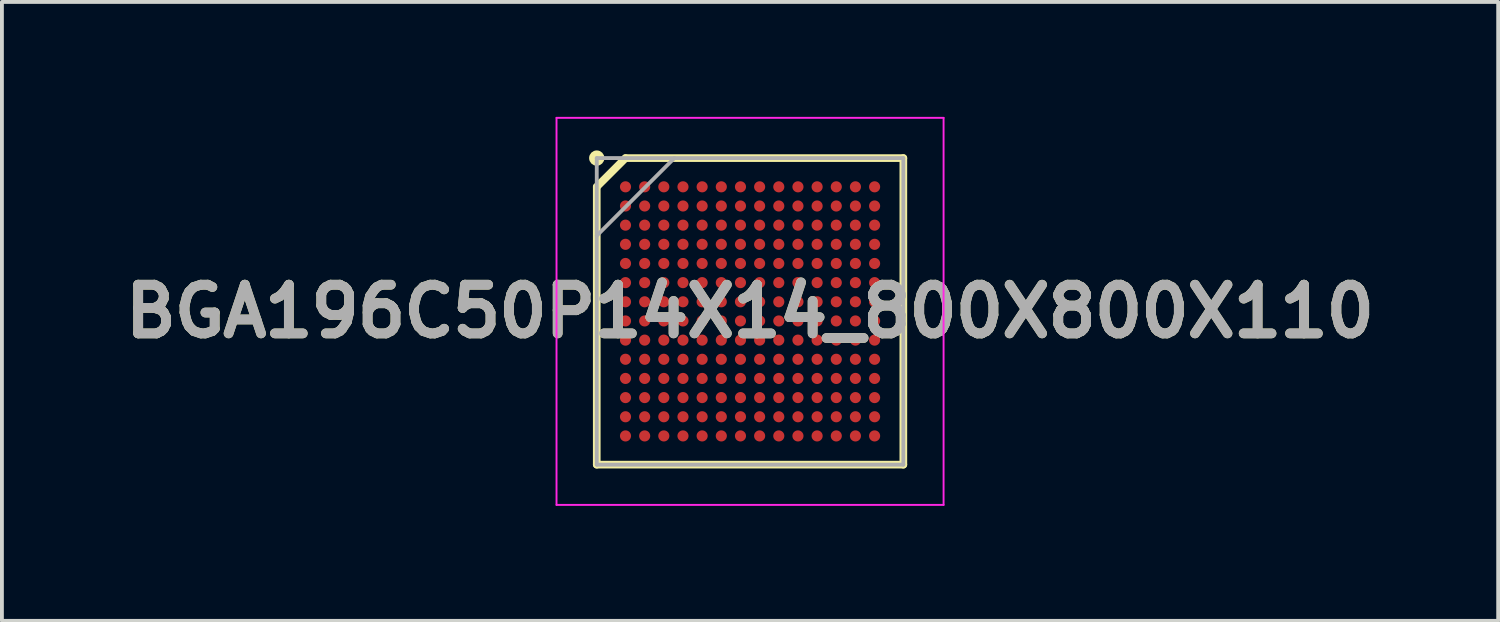
<source format=kicad_pcb>
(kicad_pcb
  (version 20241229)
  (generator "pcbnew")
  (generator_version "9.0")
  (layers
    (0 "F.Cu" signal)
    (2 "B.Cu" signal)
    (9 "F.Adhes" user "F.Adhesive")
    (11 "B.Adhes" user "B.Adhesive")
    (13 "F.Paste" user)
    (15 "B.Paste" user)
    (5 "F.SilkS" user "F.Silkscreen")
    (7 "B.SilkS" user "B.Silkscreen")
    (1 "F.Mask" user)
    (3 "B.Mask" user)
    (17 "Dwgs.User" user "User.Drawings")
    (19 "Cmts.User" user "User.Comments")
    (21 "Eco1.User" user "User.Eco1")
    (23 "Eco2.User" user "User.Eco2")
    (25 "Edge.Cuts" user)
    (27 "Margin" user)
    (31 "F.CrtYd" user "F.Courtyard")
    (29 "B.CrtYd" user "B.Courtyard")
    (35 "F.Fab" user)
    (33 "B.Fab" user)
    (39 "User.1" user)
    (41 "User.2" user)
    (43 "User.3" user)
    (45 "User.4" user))
  (footprint "BGA196C50P14X14_800X800X110"
    (layer "F.Cu")
    (at 16.522 5.075)
    (property "Reference" "BGA196C50P14X14_800X800X110" (at 0 0 0) (layer "F.SilkS") (effects (font (size 1.27 1.27) (thickness 0.254))))
    (attr smd)
    (fp_line (start -4 -3.25) (end -3.25 -4) (stroke (width 0.2) (type solid)) (layer "F.SilkS"))
    (fp_line (start -4 4) (end -4 -3.25) (stroke (width 0.2) (type solid)) (layer "F.SilkS"))
    (fp_line (start -3.25 -4) (end 4 -4) (stroke (width 0.2) (type solid)) (layer "F.SilkS"))
    (fp_line (start 4 -4) (end 4 4) (stroke (width 0.2) (type solid)) (layer "F.SilkS"))
    (fp_line (start 4 4) (end -4 4) (stroke (width 0.2) (type solid)) (layer "F.SilkS"))
    (fp_circle (center -4 -4) (end -4 -3.9) (stroke (width 0.2) (type solid)) (fill no) (layer "F.SilkS"))
    (fp_line (start -5.05 -5.05) (end 5.05 -5.05) (stroke (width 0.05) (type solid)) (layer "F.CrtYd"))
    (fp_line (start -5.05 5.05) (end -5.05 -5.05) (stroke (width 0.05) (type solid)) (layer "F.CrtYd"))
    (fp_line (start 5.05 -5.05) (end 5.05 5.05) (stroke (width 0.05) (type solid)) (layer "F.CrtYd"))
    (fp_line (start 5.05 5.05) (end -5.05 5.05) (stroke (width 0.05) (type solid)) (layer "F.CrtYd"))
    (fp_line (start -4 -4) (end 4 -4) (stroke (width 0.1) (type solid)) (layer "F.Fab"))
    (fp_line (start -4 -1.975) (end -1.975 -4) (stroke (width 0.1) (type solid)) (layer "F.Fab"))
    (fp_line (start -4 4) (end -4 -4) (stroke (width 0.1) (type solid)) (layer "F.Fab"))
    (fp_line (start 4 -4) (end 4 4) (stroke (width 0.1) (type solid)) (layer "F.Fab"))
    (fp_line (start 4 4) (end -4 4) (stroke (width 0.1) (type solid)) (layer "F.Fab"))
    (fp_text user "${REFERENCE}" (at 0 0 0) (layer "F.Fab") (effects (font (size 1.27 1.27) (thickness 0.254))))
    (pad "A1" smd circle (at -3.25 -3.25 90) (size 0.29 0.29) (layers "F.Cu" "F.Mask" "F.Paste"))
    (pad "A2" smd circle (at -2.75 -3.25 90) (size 0.29 0.29) (layers "F.Cu" "F.Mask" "F.Paste"))
    (pad "A3" smd circle (at -2.25 -3.25 90) (size 0.29 0.29) (layers "F.Cu" "F.Mask" "F.Paste"))
    (pad "A4" smd circle (at -1.75 -3.25 90) (size 0.29 0.29) (layers "F.Cu" "F.Mask" "F.Paste"))
    (pad "A5" smd circle (at -1.25 -3.25 90) (size 0.29 0.29) (layers "F.Cu" "F.Mask" "F.Paste"))
    (pad "A6" smd circle (at -0.75 -3.25 90) (size 0.29 0.29) (layers "F.Cu" "F.Mask" "F.Paste"))
    (pad "A7" smd circle (at -0.25 -3.25 90) (size 0.29 0.29) (layers "F.Cu" "F.Mask" "F.Paste"))
    (pad "A8" smd circle (at 0.25 -3.25 90) (size 0.29 0.29) (layers "F.Cu" "F.Mask" "F.Paste"))
    (pad "A9" smd circle (at 0.75 -3.25 90) (size 0.29 0.29) (layers "F.Cu" "F.Mask" "F.Paste"))
    (pad "A10" smd circle (at 1.25 -3.25 90) (size 0.29 0.29) (layers "F.Cu" "F.Mask" "F.Paste"))
    (pad "A11" smd circle (at 1.75 -3.25 90) (size 0.29 0.29) (layers "F.Cu" "F.Mask" "F.Paste"))
    (pad "A12" smd circle (at 2.25 -3.25 90) (size 0.29 0.29) (layers "F.Cu" "F.Mask" "F.Paste"))
    (pad "A13" smd circle (at 2.75 -3.25 90) (size 0.29 0.29) (layers "F.Cu" "F.Mask" "F.Paste"))
    (pad "A14" smd circle (at 3.25 -3.25 90) (size 0.29 0.29) (layers "F.Cu" "F.Mask" "F.Paste"))
    (pad "B1" smd circle (at -3.25 -2.75 90) (size 0.29 0.29) (layers "F.Cu" "F.Mask" "F.Paste"))
    (pad "B2" smd circle (at -2.75 -2.75 90) (size 0.29 0.29) (layers "F.Cu" "F.Mask" "F.Paste"))
    (pad "B3" smd circle (at -2.25 -2.75 90) (size 0.29 0.29) (layers "F.Cu" "F.Mask" "F.Paste"))
    (pad "B4" smd circle (at -1.75 -2.75 90) (size 0.29 0.29) (layers "F.Cu" "F.Mask" "F.Paste"))
    (pad "B5" smd circle (at -1.25 -2.75 90) (size 0.29 0.29) (layers "F.Cu" "F.Mask" "F.Paste"))
    (pad "B6" smd circle (at -0.75 -2.75 90) (size 0.29 0.29) (layers "F.Cu" "F.Mask" "F.Paste"))
    (pad "B7" smd circle (at -0.25 -2.75 90) (size 0.29 0.29) (layers "F.Cu" "F.Mask" "F.Paste"))
    (pad "B8" smd circle (at 0.25 -2.75 90) (size 0.29 0.29) (layers "F.Cu" "F.Mask" "F.Paste"))
    (pad "B9" smd circle (at 0.75 -2.75 90) (size 0.29 0.29) (layers "F.Cu" "F.Mask" "F.Paste"))
    (pad "B10" smd circle (at 1.25 -2.75 90) (size 0.29 0.29) (layers "F.Cu" "F.Mask" "F.Paste"))
    (pad "B11" smd circle (at 1.75 -2.75 90) (size 0.29 0.29) (layers "F.Cu" "F.Mask" "F.Paste"))
    (pad "B12" smd circle (at 2.25 -2.75 90) (size 0.29 0.29) (layers "F.Cu" "F.Mask" "F.Paste"))
    (pad "B13" smd circle (at 2.75 -2.75 90) (size 0.29 0.29) (layers "F.Cu" "F.Mask" "F.Paste"))
    (pad "B14" smd circle (at 3.25 -2.75 90) (size 0.29 0.29) (layers "F.Cu" "F.Mask" "F.Paste"))
    (pad "C1" smd circle (at -3.25 -2.25 90) (size 0.29 0.29) (layers "F.Cu" "F.Mask" "F.Paste"))
    (pad "C2" smd circle (at -2.75 -2.25 90) (size 0.29 0.29) (layers "F.Cu" "F.Mask" "F.Paste"))
    (pad "C3" smd circle (at -2.25 -2.25 90) (size 0.29 0.29) (layers "F.Cu" "F.Mask" "F.Paste"))
    (pad "C4" smd circle (at -1.75 -2.25 90) (size 0.29 0.29) (layers "F.Cu" "F.Mask" "F.Paste"))
    (pad "C5" smd circle (at -1.25 -2.25 90) (size 0.29 0.29) (layers "F.Cu" "F.Mask" "F.Paste"))
    (pad "C6" smd circle (at -0.75 -2.25 90) (size 0.29 0.29) (layers "F.Cu" "F.Mask" "F.Paste"))
    (pad "C7" smd circle (at -0.25 -2.25 90) (size 0.29 0.29) (layers "F.Cu" "F.Mask" "F.Paste"))
    (pad "C8" smd circle (at 0.25 -2.25 90) (size 0.29 0.29) (layers "F.Cu" "F.Mask" "F.Paste"))
    (pad "C9" smd circle (at 0.75 -2.25 90) (size 0.29 0.29) (layers "F.Cu" "F.Mask" "F.Paste"))
    (pad "C10" smd circle (at 1.25 -2.25 90) (size 0.29 0.29) (layers "F.Cu" "F.Mask" "F.Paste"))
    (pad "C11" smd circle (at 1.75 -2.25 90) (size 0.29 0.29) (layers "F.Cu" "F.Mask" "F.Paste"))
    (pad "C12" smd circle (at 2.25 -2.25 90) (size 0.29 0.29) (layers "F.Cu" "F.Mask" "F.Paste"))
    (pad "C13" smd circle (at 2.75 -2.25 90) (size 0.29 0.29) (layers "F.Cu" "F.Mask" "F.Paste"))
    (pad "C14" smd circle (at 3.25 -2.25 90) (size 0.29 0.29) (layers "F.Cu" "F.Mask" "F.Paste"))
    (pad "D1" smd circle (at -3.25 -1.75 90) (size 0.29 0.29) (layers "F.Cu" "F.Mask" "F.Paste"))
    (pad "D2" smd circle (at -2.75 -1.75 90) (size 0.29 0.29) (layers "F.Cu" "F.Mask" "F.Paste"))
    (pad "D3" smd circle (at -2.25 -1.75 90) (size 0.29 0.29) (layers "F.Cu" "F.Mask" "F.Paste"))
    (pad "D4" smd circle (at -1.75 -1.75 90) (size 0.29 0.29) (layers "F.Cu" "F.Mask" "F.Paste"))
    (pad "D5" smd circle (at -1.25 -1.75 90) (size 0.29 0.29) (layers "F.Cu" "F.Mask" "F.Paste"))
    (pad "D6" smd circle (at -0.75 -1.75 90) (size 0.29 0.29) (layers "F.Cu" "F.Mask" "F.Paste"))
    (pad "D7" smd circle (at -0.25 -1.75 90) (size 0.29 0.29) (layers "F.Cu" "F.Mask" "F.Paste"))
    (pad "D8" smd circle (at 0.25 -1.75 90) (size 0.29 0.29) (layers "F.Cu" "F.Mask" "F.Paste"))
    (pad "D9" smd circle (at 0.75 -1.75 90) (size 0.29 0.29) (layers "F.Cu" "F.Mask" "F.Paste"))
    (pad "D10" smd circle (at 1.25 -1.75 90) (size 0.29 0.29) (layers "F.Cu" "F.Mask" "F.Paste"))
    (pad "D11" smd circle (at 1.75 -1.75 90) (size 0.29 0.29) (layers "F.Cu" "F.Mask" "F.Paste"))
    (pad "D12" smd circle (at 2.25 -1.75 90) (size 0.29 0.29) (layers "F.Cu" "F.Mask" "F.Paste"))
    (pad "D13" smd circle (at 2.75 -1.75 90) (size 0.29 0.29) (layers "F.Cu" "F.Mask" "F.Paste"))
    (pad "D14" smd circle (at 3.25 -1.75 90) (size 0.29 0.29) (layers "F.Cu" "F.Mask" "F.Paste"))
    (pad "E1" smd circle (at -3.25 -1.25 90) (size 0.29 0.29) (layers "F.Cu" "F.Mask" "F.Paste"))
    (pad "E2" smd circle (at -2.75 -1.25 90) (size 0.29 0.29) (layers "F.Cu" "F.Mask" "F.Paste"))
    (pad "E3" smd circle (at -2.25 -1.25 90) (size 0.29 0.29) (layers "F.Cu" "F.Mask" "F.Paste"))
    (pad "E4" smd circle (at -1.75 -1.25 90) (size 0.29 0.29) (layers "F.Cu" "F.Mask" "F.Paste"))
    (pad "E5" smd circle (at -1.25 -1.25 90) (size 0.29 0.29) (layers "F.Cu" "F.Mask" "F.Paste"))
    (pad "E6" smd circle (at -0.75 -1.25 90) (size 0.29 0.29) (layers "F.Cu" "F.Mask" "F.Paste"))
    (pad "E7" smd circle (at -0.25 -1.25 90) (size 0.29 0.29) (layers "F.Cu" "F.Mask" "F.Paste"))
    (pad "E8" smd circle (at 0.25 -1.25 90) (size 0.29 0.29) (layers "F.Cu" "F.Mask" "F.Paste"))
    (pad "E9" smd circle (at 0.75 -1.25 90) (size 0.29 0.29) (layers "F.Cu" "F.Mask" "F.Paste"))
    (pad "E10" smd circle (at 1.25 -1.25 90) (size 0.29 0.29) (layers "F.Cu" "F.Mask" "F.Paste"))
    (pad "E11" smd circle (at 1.75 -1.25 90) (size 0.29 0.29) (layers "F.Cu" "F.Mask" "F.Paste"))
    (pad "E12" smd circle (at 2.25 -1.25 90) (size 0.29 0.29) (layers "F.Cu" "F.Mask" "F.Paste"))
    (pad "E13" smd circle (at 2.75 -1.25 90) (size 0.29 0.29) (layers "F.Cu" "F.Mask" "F.Paste"))
    (pad "E14" smd circle (at 3.25 -1.25 90) (size 0.29 0.29) (layers "F.Cu" "F.Mask" "F.Paste"))
    (pad "F1" smd circle (at -3.25 -0.75 90) (size 0.29 0.29) (layers "F.Cu" "F.Mask" "F.Paste"))
    (pad "F2" smd circle (at -2.75 -0.75 90) (size 0.29 0.29) (layers "F.Cu" "F.Mask" "F.Paste"))
    (pad "F3" smd circle (at -2.25 -0.75 90) (size 0.29 0.29) (layers "F.Cu" "F.Mask" "F.Paste"))
    (pad "F4" smd circle (at -1.75 -0.75 90) (size 0.29 0.29) (layers "F.Cu" "F.Mask" "F.Paste"))
    (pad "F5" smd circle (at -1.25 -0.75 90) (size 0.29 0.29) (layers "F.Cu" "F.Mask" "F.Paste"))
    (pad "F6" smd circle (at -0.75 -0.75 90) (size 0.29 0.29) (layers "F.Cu" "F.Mask" "F.Paste"))
    (pad "F7" smd circle (at -0.25 -0.75 90) (size 0.29 0.29) (layers "F.Cu" "F.Mask" "F.Paste"))
    (pad "F8" smd circle (at 0.25 -0.75 90) (size 0.29 0.29) (layers "F.Cu" "F.Mask" "F.Paste"))
    (pad "F9" smd circle (at 0.75 -0.75 90) (size 0.29 0.29) (layers "F.Cu" "F.Mask" "F.Paste"))
    (pad "F10" smd circle (at 1.25 -0.75 90) (size 0.29 0.29) (layers "F.Cu" "F.Mask" "F.Paste"))
    (pad "F11" smd circle (at 1.75 -0.75 90) (size 0.29 0.29) (layers "F.Cu" "F.Mask" "F.Paste"))
    (pad "F12" smd circle (at 2.25 -0.75 90) (size 0.29 0.29) (layers "F.Cu" "F.Mask" "F.Paste"))
    (pad "F13" smd circle (at 2.75 -0.75 90) (size 0.29 0.29) (layers "F.Cu" "F.Mask" "F.Paste"))
    (pad "F14" smd circle (at 3.25 -0.75 90) (size 0.29 0.29) (layers "F.Cu" "F.Mask" "F.Paste"))
    (pad "G1" smd circle (at -3.25 -0.25 90) (size 0.29 0.29) (layers "F.Cu" "F.Mask" "F.Paste"))
    (pad "G2" smd circle (at -2.75 -0.25 90) (size 0.29 0.29) (layers "F.Cu" "F.Mask" "F.Paste"))
    (pad "G3" smd circle (at -2.25 -0.25 90) (size 0.29 0.29) (layers "F.Cu" "F.Mask" "F.Paste"))
    (pad "G4" smd circle (at -1.75 -0.25 90) (size 0.29 0.29) (layers "F.Cu" "F.Mask" "F.Paste"))
    (pad "G5" smd circle (at -1.25 -0.25 90) (size 0.29 0.29) (layers "F.Cu" "F.Mask" "F.Paste"))
    (pad "G6" smd circle (at -0.75 -0.25 90) (size 0.29 0.29) (layers "F.Cu" "F.Mask" "F.Paste"))
    (pad "G7" smd circle (at -0.25 -0.25 90) (size 0.29 0.29) (layers "F.Cu" "F.Mask" "F.Paste"))
    (pad "G8" smd circle (at 0.25 -0.25 90) (size 0.29 0.29) (layers "F.Cu" "F.Mask" "F.Paste"))
    (pad "G9" smd circle (at 0.75 -0.25 90) (size 0.29 0.29) (layers "F.Cu" "F.Mask" "F.Paste"))
    (pad "G10" smd circle (at 1.25 -0.25 90) (size 0.29 0.29) (layers "F.Cu" "F.Mask" "F.Paste"))
    (pad "G11" smd circle (at 1.75 -0.25 90) (size 0.29 0.29) (layers "F.Cu" "F.Mask" "F.Paste"))
    (pad "G12" smd circle (at 2.25 -0.25 90) (size 0.29 0.29) (layers "F.Cu" "F.Mask" "F.Paste"))
    (pad "G13" smd circle (at 2.75 -0.25 90) (size 0.29 0.29) (layers "F.Cu" "F.Mask" "F.Paste"))
    (pad "G14" smd circle (at 3.25 -0.25 90) (size 0.29 0.29) (layers "F.Cu" "F.Mask" "F.Paste"))
    (pad "H1" smd circle (at -3.25 0.25 90) (size 0.29 0.29) (layers "F.Cu" "F.Mask" "F.Paste"))
    (pad "H2" smd circle (at -2.75 0.25 90) (size 0.29 0.29) (layers "F.Cu" "F.Mask" "F.Paste"))
    (pad "H3" smd circle (at -2.25 0.25 90) (size 0.29 0.29) (layers "F.Cu" "F.Mask" "F.Paste"))
    (pad "H4" smd circle (at -1.75 0.25 90) (size 0.29 0.29) (layers "F.Cu" "F.Mask" "F.Paste"))
    (pad "H5" smd circle (at -1.25 0.25 90) (size 0.29 0.29) (layers "F.Cu" "F.Mask" "F.Paste"))
    (pad "H6" smd circle (at -0.75 0.25 90) (size 0.29 0.29) (layers "F.Cu" "F.Mask" "F.Paste"))
    (pad "H7" smd circle (at -0.25 0.25 90) (size 0.29 0.29) (layers "F.Cu" "F.Mask" "F.Paste"))
    (pad "H8" smd circle (at 0.25 0.25 90) (size 0.29 0.29) (layers "F.Cu" "F.Mask" "F.Paste"))
    (pad "H9" smd circle (at 0.75 0.25 90) (size 0.29 0.29) (layers "F.Cu" "F.Mask" "F.Paste"))
    (pad "H10" smd circle (at 1.25 0.25 90) (size 0.29 0.29) (layers "F.Cu" "F.Mask" "F.Paste"))
    (pad "H11" smd circle (at 1.75 0.25 90) (size 0.29 0.29) (layers "F.Cu" "F.Mask" "F.Paste"))
    (pad "H12" smd circle (at 2.25 0.25 90) (size 0.29 0.29) (layers "F.Cu" "F.Mask" "F.Paste"))
    (pad "H13" smd circle (at 2.75 0.25 90) (size 0.29 0.29) (layers "F.Cu" "F.Mask" "F.Paste"))
    (pad "H14" smd circle (at 3.25 0.25 90) (size 0.29 0.29) (layers "F.Cu" "F.Mask" "F.Paste"))
    (pad "J1" smd circle (at -3.25 0.75 90) (size 0.29 0.29) (layers "F.Cu" "F.Mask" "F.Paste"))
    (pad "J2" smd circle (at -2.75 0.75 90) (size 0.29 0.29) (layers "F.Cu" "F.Mask" "F.Paste"))
    (pad "J3" smd circle (at -2.25 0.75 90) (size 0.29 0.29) (layers "F.Cu" "F.Mask" "F.Paste"))
    (pad "J4" smd circle (at -1.75 0.75 90) (size 0.29 0.29) (layers "F.Cu" "F.Mask" "F.Paste"))
    (pad "J5" smd circle (at -1.25 0.75 90) (size 0.29 0.29) (layers "F.Cu" "F.Mask" "F.Paste"))
    (pad "J6" smd circle (at -0.75 0.75 90) (size 0.29 0.29) (layers "F.Cu" "F.Mask" "F.Paste"))
    (pad "J7" smd circle (at -0.25 0.75 90) (size 0.29 0.29) (layers "F.Cu" "F.Mask" "F.Paste"))
    (pad "J8" smd circle (at 0.25 0.75 90) (size 0.29 0.29) (layers "F.Cu" "F.Mask" "F.Paste"))
    (pad "J9" smd circle (at 0.75 0.75 90) (size 0.29 0.29) (layers "F.Cu" "F.Mask" "F.Paste"))
    (pad "J10" smd circle (at 1.25 0.75 90) (size 0.29 0.29) (layers "F.Cu" "F.Mask" "F.Paste"))
    (pad "J11" smd circle (at 1.75 0.75 90) (size 0.29 0.29) (layers "F.Cu" "F.Mask" "F.Paste"))
    (pad "J12" smd circle (at 2.25 0.75 90) (size 0.29 0.29) (layers "F.Cu" "F.Mask" "F.Paste"))
    (pad "J13" smd circle (at 2.75 0.75 90) (size 0.29 0.29) (layers "F.Cu" "F.Mask" "F.Paste"))
    (pad "J14" smd circle (at 3.25 0.75 90) (size 0.29 0.29) (layers "F.Cu" "F.Mask" "F.Paste"))
    (pad "K1" smd circle (at -3.25 1.25 90) (size 0.29 0.29) (layers "F.Cu" "F.Mask" "F.Paste"))
    (pad "K2" smd circle (at -2.75 1.25 90) (size 0.29 0.29) (layers "F.Cu" "F.Mask" "F.Paste"))
    (pad "K3" smd circle (at -2.25 1.25 90) (size 0.29 0.29) (layers "F.Cu" "F.Mask" "F.Paste"))
    (pad "K4" smd circle (at -1.75 1.25 90) (size 0.29 0.29) (layers "F.Cu" "F.Mask" "F.Paste"))
    (pad "K5" smd circle (at -1.25 1.25 90) (size 0.29 0.29) (layers "F.Cu" "F.Mask" "F.Paste"))
    (pad "K6" smd circle (at -0.75 1.25 90) (size 0.29 0.29) (layers "F.Cu" "F.Mask" "F.Paste"))
    (pad "K7" smd circle (at -0.25 1.25 90) (size 0.29 0.29) (layers "F.Cu" "F.Mask" "F.Paste"))
    (pad "K8" smd circle (at 0.25 1.25 90) (size 0.29 0.29) (layers "F.Cu" "F.Mask" "F.Paste"))
    (pad "K9" smd circle (at 0.75 1.25 90) (size 0.29 0.29) (layers "F.Cu" "F.Mask" "F.Paste"))
    (pad "K10" smd circle (at 1.25 1.25 90) (size 0.29 0.29) (layers "F.Cu" "F.Mask" "F.Paste"))
    (pad "K11" smd circle (at 1.75 1.25 90) (size 0.29 0.29) (layers "F.Cu" "F.Mask" "F.Paste"))
    (pad "K12" smd circle (at 2.25 1.25 90) (size 0.29 0.29) (layers "F.Cu" "F.Mask" "F.Paste"))
    (pad "K13" smd circle (at 2.75 1.25 90) (size 0.29 0.29) (layers "F.Cu" "F.Mask" "F.Paste"))
    (pad "K14" smd circle (at 3.25 1.25 90) (size 0.29 0.29) (layers "F.Cu" "F.Mask" "F.Paste"))
    (pad "L1" smd circle (at -3.25 1.75 90) (size 0.29 0.29) (layers "F.Cu" "F.Mask" "F.Paste"))
    (pad "L2" smd circle (at -2.75 1.75 90) (size 0.29 0.29) (layers "F.Cu" "F.Mask" "F.Paste"))
    (pad "L3" smd circle (at -2.25 1.75 90) (size 0.29 0.29) (layers "F.Cu" "F.Mask" "F.Paste"))
    (pad "L4" smd circle (at -1.75 1.75 90) (size 0.29 0.29) (layers "F.Cu" "F.Mask" "F.Paste"))
    (pad "L5" smd circle (at -1.25 1.75 90) (size 0.29 0.29) (layers "F.Cu" "F.Mask" "F.Paste"))
    (pad "L6" smd circle (at -0.75 1.75 90) (size 0.29 0.29) (layers "F.Cu" "F.Mask" "F.Paste"))
    (pad "L7" smd circle (at -0.25 1.75 90) (size 0.29 0.29) (layers "F.Cu" "F.Mask" "F.Paste"))
    (pad "L8" smd circle (at 0.25 1.75 90) (size 0.29 0.29) (layers "F.Cu" "F.Mask" "F.Paste"))
    (pad "L9" smd circle (at 0.75 1.75 90) (size 0.29 0.29) (layers "F.Cu" "F.Mask" "F.Paste"))
    (pad "L10" smd circle (at 1.25 1.75 90) (size 0.29 0.29) (layers "F.Cu" "F.Mask" "F.Paste"))
    (pad "L11" smd circle (at 1.75 1.75 90) (size 0.29 0.29) (layers "F.Cu" "F.Mask" "F.Paste"))
    (pad "L12" smd circle (at 2.25 1.75 90) (size 0.29 0.29) (layers "F.Cu" "F.Mask" "F.Paste"))
    (pad "L13" smd circle (at 2.75 1.75 90) (size 0.29 0.29) (layers "F.Cu" "F.Mask" "F.Paste"))
    (pad "L14" smd circle (at 3.25 1.75 90) (size 0.29 0.29) (layers "F.Cu" "F.Mask" "F.Paste"))
    (pad "M1" smd circle (at -3.25 2.25 90) (size 0.29 0.29) (layers "F.Cu" "F.Mask" "F.Paste"))
    (pad "M2" smd circle (at -2.75 2.25 90) (size 0.29 0.29) (layers "F.Cu" "F.Mask" "F.Paste"))
    (pad "M3" smd circle (at -2.25 2.25 90) (size 0.29 0.29) (layers "F.Cu" "F.Mask" "F.Paste"))
    (pad "M4" smd circle (at -1.75 2.25 90) (size 0.29 0.29) (layers "F.Cu" "F.Mask" "F.Paste"))
    (pad "M5" smd circle (at -1.25 2.25 90) (size 0.29 0.29) (layers "F.Cu" "F.Mask" "F.Paste"))
    (pad "M6" smd circle (at -0.75 2.25 90) (size 0.29 0.29) (layers "F.Cu" "F.Mask" "F.Paste"))
    (pad "M7" smd circle (at -0.25 2.25 90) (size 0.29 0.29) (layers "F.Cu" "F.Mask" "F.Paste"))
    (pad "M8" smd circle (at 0.25 2.25 90) (size 0.29 0.29) (layers "F.Cu" "F.Mask" "F.Paste"))
    (pad "M9" smd circle (at 0.75 2.25 90) (size 0.29 0.29) (layers "F.Cu" "F.Mask" "F.Paste"))
    (pad "M10" smd circle (at 1.25 2.25 90) (size 0.29 0.29) (layers "F.Cu" "F.Mask" "F.Paste"))
    (pad "M11" smd circle (at 1.75 2.25 90) (size 0.29 0.29) (layers "F.Cu" "F.Mask" "F.Paste"))
    (pad "M12" smd circle (at 2.25 2.25 90) (size 0.29 0.29) (layers "F.Cu" "F.Mask" "F.Paste"))
    (pad "M13" smd circle (at 2.75 2.25 90) (size 0.29 0.29) (layers "F.Cu" "F.Mask" "F.Paste"))
    (pad "M14" smd circle (at 3.25 2.25 90) (size 0.29 0.29) (layers "F.Cu" "F.Mask" "F.Paste"))
    (pad "N1" smd circle (at -3.25 2.75 90) (size 0.29 0.29) (layers "F.Cu" "F.Mask" "F.Paste"))
    (pad "N2" smd circle (at -2.75 2.75 90) (size 0.29 0.29) (layers "F.Cu" "F.Mask" "F.Paste"))
    (pad "N3" smd circle (at -2.25 2.75 90) (size 0.29 0.29) (layers "F.Cu" "F.Mask" "F.Paste"))
    (pad "N4" smd circle (at -1.75 2.75 90) (size 0.29 0.29) (layers "F.Cu" "F.Mask" "F.Paste"))
    (pad "N5" smd circle (at -1.25 2.75 90) (size 0.29 0.29) (layers "F.Cu" "F.Mask" "F.Paste"))
    (pad "N6" smd circle (at -0.75 2.75 90) (size 0.29 0.29) (layers "F.Cu" "F.Mask" "F.Paste"))
    (pad "N7" smd circle (at -0.25 2.75 90) (size 0.29 0.29) (layers "F.Cu" "F.Mask" "F.Paste"))
    (pad "N8" smd circle (at 0.25 2.75 90) (size 0.29 0.29) (layers "F.Cu" "F.Mask" "F.Paste"))
    (pad "N9" smd circle (at 0.75 2.75 90) (size 0.29 0.29) (layers "F.Cu" "F.Mask" "F.Paste"))
    (pad "N10" smd circle (at 1.25 2.75 90) (size 0.29 0.29) (layers "F.Cu" "F.Mask" "F.Paste"))
    (pad "N11" smd circle (at 1.75 2.75 90) (size 0.29 0.29) (layers "F.Cu" "F.Mask" "F.Paste"))
    (pad "N12" smd circle (at 2.25 2.75 90) (size 0.29 0.29) (layers "F.Cu" "F.Mask" "F.Paste"))
    (pad "N13" smd circle (at 2.75 2.75 90) (size 0.29 0.29) (layers "F.Cu" "F.Mask" "F.Paste"))
    (pad "N14" smd circle (at 3.25 2.75 90) (size 0.29 0.29) (layers "F.Cu" "F.Mask" "F.Paste"))
    (pad "P1" smd circle (at -3.25 3.25 90) (size 0.29 0.29) (layers "F.Cu" "F.Mask" "F.Paste"))
    (pad "P2" smd circle (at -2.75 3.25 90) (size 0.29 0.29) (layers "F.Cu" "F.Mask" "F.Paste"))
    (pad "P3" smd circle (at -2.25 3.25 90) (size 0.29 0.29) (layers "F.Cu" "F.Mask" "F.Paste"))
    (pad "P4" smd circle (at -1.75 3.25 90) (size 0.29 0.29) (layers "F.Cu" "F.Mask" "F.Paste"))
    (pad "P5" smd circle (at -1.25 3.25 90) (size 0.29 0.29) (layers "F.Cu" "F.Mask" "F.Paste"))
    (pad "P6" smd circle (at -0.75 3.25 90) (size 0.29 0.29) (layers "F.Cu" "F.Mask" "F.Paste"))
    (pad "P7" smd circle (at -0.25 3.25 90) (size 0.29 0.29) (layers "F.Cu" "F.Mask" "F.Paste"))
    (pad "P8" smd circle (at 0.25 3.25 90) (size 0.29 0.29) (layers "F.Cu" "F.Mask" "F.Paste"))
    (pad "P9" smd circle (at 0.75 3.25 90) (size 0.29 0.29) (layers "F.Cu" "F.Mask" "F.Paste"))
    (pad "P10" smd circle (at 1.25 3.25 90) (size 0.29 0.29) (layers "F.Cu" "F.Mask" "F.Paste"))
    (pad "P11" smd circle (at 1.75 3.25 90) (size 0.29 0.29) (layers "F.Cu" "F.Mask" "F.Paste"))
    (pad "P12" smd circle (at 2.25 3.25 90) (size 0.29 0.29) (layers "F.Cu" "F.Mask" "F.Paste"))
    (pad "P13" smd circle (at 2.75 3.25 90) (size 0.29 0.29) (layers "F.Cu" "F.Mask" "F.Paste"))
    (pad "P14" smd circle (at 3.25 3.25 90) (size 0.29 0.29) (layers "F.Cu" "F.Mask" "F.Paste")))
  (gr_rect
    (start -3 -3)
    (end 36.044 13.15)
    (stroke (width 0.1) (type default))
    (fill no)
    (layer "Edge.Cuts")))
</source>
